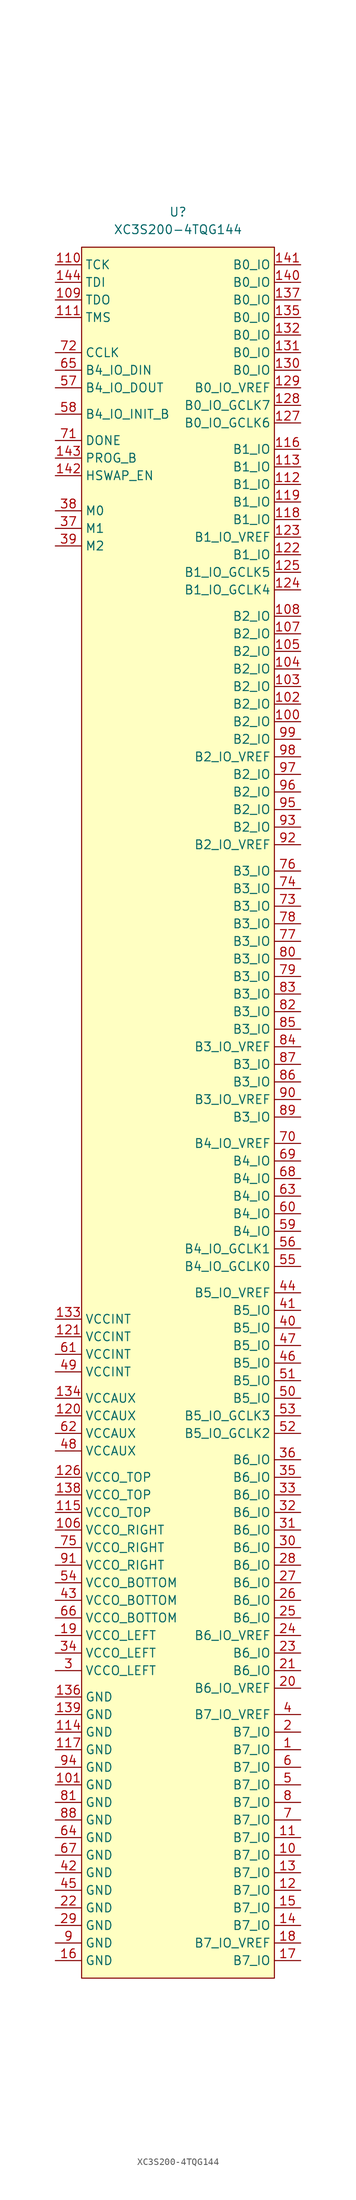
<source format=kicad_sym>
(kicad_symbol_lib
  (version 20211014)
  (generator kicad_symbol_editor)
  (symbol "XC3S200-4TQG144"
    (property "Reference" "U"
      (at 0 130.81 0)
      (effects (font (size 1.27 1.27))))
    (property "Value" "XC3S200-4TQG144"
      (at 0 128.27 0)
      (effects (font (size 1.27 1.27))))
    (symbol "XC3S200-4TQG144_0_1"
      (rectangle (start -13.97 125.73) (end 13.97 -124.46) (stroke (width 0) (type default) (color 0 0 0 0)) (fill (type background))))
    (symbol "XC3S200-4TQG144_1_1"
      (pin passive line (at 17.78 -91.44 180) (length 3.81) (name "B7_IO" (effects (font (size 1.27 1.27)))) (number "1" (effects (font (size 1.27 1.27)))))
      (pin passive line (at 17.78 -106.68 180) (length 3.81) (name "B7_IO" (effects (font (size 1.27 1.27)))) (number "10" (effects (font (size 1.27 1.27)))))
      (pin passive line (at 17.78 57.15 180) (length 3.81) (name "B2_IO" (effects (font (size 1.27 1.27)))) (number "100" (effects (font (size 1.27 1.27)))))
      (pin power_in line (at -17.78 -96.52 0) (length 3.81) (name "GND" (effects (font (size 1.27 1.27)))) (number "101" (effects (font (size 1.27 1.27)))))
      (pin passive line (at 17.78 59.69 180) (length 3.81) (name "B2_IO" (effects (font (size 1.27 1.27)))) (number "102" (effects (font (size 1.27 1.27)))))
      (pin passive line (at 17.78 62.23 180) (length 3.81) (name "B2_IO" (effects (font (size 1.27 1.27)))) (number "103" (effects (font (size 1.27 1.27)))))
      (pin passive line (at 17.78 64.77 180) (length 3.81) (name "B2_IO" (effects (font (size 1.27 1.27)))) (number "104" (effects (font (size 1.27 1.27)))))
      (pin passive line (at 17.78 67.31 180) (length 3.81) (name "B2_IO" (effects (font (size 1.27 1.27)))) (number "105" (effects (font (size 1.27 1.27)))))
      (pin power_in line (at -17.78 -59.69 0) (length 3.81) (name "VCCO_RIGHT" (effects (font (size 1.27 1.27)))) (number "106" (effects (font (size 1.27 1.27)))))
      (pin passive line (at 17.78 69.85 180) (length 3.81) (name "B2_IO" (effects (font (size 1.27 1.27)))) (number "107" (effects (font (size 1.27 1.27)))))
      (pin passive line (at 17.78 72.39 180) (length 3.81) (name "B2_IO" (effects (font (size 1.27 1.27)))) (number "108" (effects (font (size 1.27 1.27)))))
      (pin output line (at -17.78 118.11 0) (length 3.81) (name "TDO" (effects (font (size 1.27 1.27)))) (number "109" (effects (font (size 1.27 1.27)))))
      (pin passive line (at 17.78 -104.14 180) (length 3.81) (name "B7_IO" (effects (font (size 1.27 1.27)))) (number "11" (effects (font (size 1.27 1.27)))))
      (pin input line (at -17.78 123.19 0) (length 3.81) (name "TCK" (effects (font (size 1.27 1.27)))) (number "110" (effects (font (size 1.27 1.27)))))
      (pin input line (at -17.78 115.57 0) (length 3.81) (name "TMS" (effects (font (size 1.27 1.27)))) (number "111" (effects (font (size 1.27 1.27)))))
      (pin passive line (at 17.78 91.44 180) (length 3.81) (name "B1_IO" (effects (font (size 1.27 1.27)))) (number "112" (effects (font (size 1.27 1.27)))))
      (pin passive line (at 17.78 93.98 180) (length 3.81) (name "B1_IO" (effects (font (size 1.27 1.27)))) (number "113" (effects (font (size 1.27 1.27)))))
      (pin power_in line (at -17.78 -88.9 0) (length 3.81) (name "GND" (effects (font (size 1.27 1.27)))) (number "114" (effects (font (size 1.27 1.27)))))
      (pin power_in line (at -17.78 -57.15 0) (length 3.81) (name "VCCO_TOP" (effects (font (size 1.27 1.27)))) (number "115" (effects (font (size 1.27 1.27)))))
      (pin passive line (at 17.78 96.52 180) (length 3.81) (name "B1_IO" (effects (font (size 1.27 1.27)))) (number "116" (effects (font (size 1.27 1.27)))))
      (pin power_in line (at -17.78 -91.44 0) (length 3.81) (name "GND" (effects (font (size 1.27 1.27)))) (number "117" (effects (font (size 1.27 1.27)))))
      (pin passive line (at 17.78 86.36 180) (length 3.81) (name "B1_IO" (effects (font (size 1.27 1.27)))) (number "118" (effects (font (size 1.27 1.27)))))
      (pin passive line (at 17.78 88.9 180) (length 3.81) (name "B1_IO" (effects (font (size 1.27 1.27)))) (number "119" (effects (font (size 1.27 1.27)))))
      (pin passive line (at 17.78 -111.76 180) (length 3.81) (name "B7_IO" (effects (font (size 1.27 1.27)))) (number "12" (effects (font (size 1.27 1.27)))))
      (pin power_in line (at -17.78 -43.18 0) (length 3.81) (name "VCCAUX" (effects (font (size 1.27 1.27)))) (number "120" (effects (font (size 1.27 1.27)))))
      (pin power_in line (at -17.78 -31.75 0) (length 3.81) (name "VCCINT" (effects (font (size 1.27 1.27)))) (number "121" (effects (font (size 1.27 1.27)))))
      (pin passive line (at 17.78 81.28 180) (length 3.81) (name "B1_IO" (effects (font (size 1.27 1.27)))) (number "122" (effects (font (size 1.27 1.27)))))
      (pin passive line (at 17.78 83.82 180) (length 3.81) (name "B1_IO_VREF" (effects (font (size 1.27 1.27)))) (number "123" (effects (font (size 1.27 1.27)))))
      (pin passive line (at 17.78 76.2 180) (length 3.81) (name "B1_IO_GCLK4" (effects (font (size 1.27 1.27)))) (number "124" (effects (font (size 1.27 1.27)))))
      (pin passive line (at 17.78 78.74 180) (length 3.81) (name "B1_IO_GCLK5" (effects (font (size 1.27 1.27)))) (number "125" (effects (font (size 1.27 1.27)))))
      (pin power_in line (at -17.78 -52.07 0) (length 3.81) (name "VCCO_TOP" (effects (font (size 1.27 1.27)))) (number "126" (effects (font (size 1.27 1.27)))))
      (pin passive line (at 17.78 100.33 180) (length 3.81) (name "B0_IO_GCLK6" (effects (font (size 1.27 1.27)))) (number "127" (effects (font (size 1.27 1.27)))))
      (pin passive line (at 17.78 102.87 180) (length 3.81) (name "B0_IO_GCLK7" (effects (font (size 1.27 1.27)))) (number "128" (effects (font (size 1.27 1.27)))))
      (pin passive line (at 17.78 105.41 180) (length 3.81) (name "B0_IO_VREF" (effects (font (size 1.27 1.27)))) (number "129" (effects (font (size 1.27 1.27)))))
      (pin passive line (at 17.78 -109.22 180) (length 3.81) (name "B7_IO" (effects (font (size 1.27 1.27)))) (number "13" (effects (font (size 1.27 1.27)))))
      (pin passive line (at 17.78 107.95 180) (length 3.81) (name "B0_IO" (effects (font (size 1.27 1.27)))) (number "130" (effects (font (size 1.27 1.27)))))
      (pin passive line (at 17.78 110.49 180) (length 3.81) (name "B0_IO" (effects (font (size 1.27 1.27)))) (number "131" (effects (font (size 1.27 1.27)))))
      (pin passive line (at 17.78 113.03 180) (length 3.81) (name "B0_IO" (effects (font (size 1.27 1.27)))) (number "132" (effects (font (size 1.27 1.27)))))
      (pin power_in line (at -17.78 -29.21 0) (length 3.81) (name "VCCINT" (effects (font (size 1.27 1.27)))) (number "133" (effects (font (size 1.27 1.27)))))
      (pin power_in line (at -17.78 -40.64 0) (length 3.81) (name "VCCAUX" (effects (font (size 1.27 1.27)))) (number "134" (effects (font (size 1.27 1.27)))))
      (pin passive line (at 17.78 115.57 180) (length 3.81) (name "B0_IO" (effects (font (size 1.27 1.27)))) (number "135" (effects (font (size 1.27 1.27)))))
      (pin power_in line (at -17.78 -83.82 0) (length 3.81) (name "GND" (effects (font (size 1.27 1.27)))) (number "136" (effects (font (size 1.27 1.27)))))
      (pin passive line (at 17.78 118.11 180) (length 3.81) (name "B0_IO" (effects (font (size 1.27 1.27)))) (number "137" (effects (font (size 1.27 1.27)))))
      (pin power_in line (at -17.78 -54.61 0) (length 3.81) (name "VCCO_TOP" (effects (font (size 1.27 1.27)))) (number "138" (effects (font (size 1.27 1.27)))))
      (pin power_in line (at -17.78 -86.36 0) (length 3.81) (name "GND" (effects (font (size 1.27 1.27)))) (number "139" (effects (font (size 1.27 1.27)))))
      (pin passive line (at 17.78 -116.84 180) (length 3.81) (name "B7_IO" (effects (font (size 1.27 1.27)))) (number "14" (effects (font (size 1.27 1.27)))))
      (pin passive line (at 17.78 120.65 180) (length 3.81) (name "B0_IO" (effects (font (size 1.27 1.27)))) (number "140" (effects (font (size 1.27 1.27)))))
      (pin passive line (at 17.78 123.19 180) (length 3.81) (name "B0_IO" (effects (font (size 1.27 1.27)))) (number "141" (effects (font (size 1.27 1.27)))))
      (pin input line (at -17.78 92.71 0) (length 3.81) (name "HSWAP_EN" (effects (font (size 1.27 1.27)))) (number "142" (effects (font (size 1.27 1.27)))))
      (pin input line (at -17.78 95.25 0) (length 3.81) (name "PROG_B" (effects (font (size 1.27 1.27)))) (number "143" (effects (font (size 1.27 1.27)))))
      (pin input line (at -17.78 120.65 0) (length 3.81) (name "TDI" (effects (font (size 1.27 1.27)))) (number "144" (effects (font (size 1.27 1.27)))))
      (pin passive line (at 17.78 -114.3 180) (length 3.81) (name "B7_IO" (effects (font (size 1.27 1.27)))) (number "15" (effects (font (size 1.27 1.27)))))
      (pin power_in line (at -17.78 -121.92 0) (length 3.81) (name "GND" (effects (font (size 1.27 1.27)))) (number "16" (effects (font (size 1.27 1.27)))))
      (pin passive line (at 17.78 -121.92 180) (length 3.81) (name "B7_IO" (effects (font (size 1.27 1.27)))) (number "17" (effects (font (size 1.27 1.27)))))
      (pin passive line (at 17.78 -119.38 180) (length 3.81) (name "B7_IO_VREF" (effects (font (size 1.27 1.27)))) (number "18" (effects (font (size 1.27 1.27)))))
      (pin power_in line (at -17.78 -74.93 0) (length 3.81) (name "VCCO_LEFT" (effects (font (size 1.27 1.27)))) (number "19" (effects (font (size 1.27 1.27)))))
      (pin passive line (at 17.78 -88.9 180) (length 3.81) (name "B7_IO" (effects (font (size 1.27 1.27)))) (number "2" (effects (font (size 1.27 1.27)))))
      (pin passive line (at 17.78 -82.55 180) (length 3.81) (name "B6_IO_VREF" (effects (font (size 1.27 1.27)))) (number "20" (effects (font (size 1.27 1.27)))))
      (pin passive line (at 17.78 -80.01 180) (length 3.81) (name "B6_IO" (effects (font (size 1.27 1.27)))) (number "21" (effects (font (size 1.27 1.27)))))
      (pin power_in line (at -17.78 -114.3 0) (length 3.81) (name "GND" (effects (font (size 1.27 1.27)))) (number "22" (effects (font (size 1.27 1.27)))))
      (pin passive line (at 17.78 -77.47 180) (length 3.81) (name "B6_IO" (effects (font (size 1.27 1.27)))) (number "23" (effects (font (size 1.27 1.27)))))
      (pin passive line (at 17.78 -74.93 180) (length 3.81) (name "B6_IO_VREF" (effects (font (size 1.27 1.27)))) (number "24" (effects (font (size 1.27 1.27)))))
      (pin passive line (at 17.78 -72.39 180) (length 3.81) (name "B6_IO" (effects (font (size 1.27 1.27)))) (number "25" (effects (font (size 1.27 1.27)))))
      (pin passive line (at 17.78 -69.85 180) (length 3.81) (name "B6_IO" (effects (font (size 1.27 1.27)))) (number "26" (effects (font (size 1.27 1.27)))))
      (pin passive line (at 17.78 -67.31 180) (length 3.81) (name "B6_IO" (effects (font (size 1.27 1.27)))) (number "27" (effects (font (size 1.27 1.27)))))
      (pin passive line (at 17.78 -64.77 180) (length 3.81) (name "B6_IO" (effects (font (size 1.27 1.27)))) (number "28" (effects (font (size 1.27 1.27)))))
      (pin power_in line (at -17.78 -116.84 0) (length 3.81) (name "GND" (effects (font (size 1.27 1.27)))) (number "29" (effects (font (size 1.27 1.27)))))
      (pin power_in line (at -17.78 -80.01 0) (length 3.81) (name "VCCO_LEFT" (effects (font (size 1.27 1.27)))) (number "3" (effects (font (size 1.27 1.27)))))
      (pin passive line (at 17.78 -62.23 180) (length 3.81) (name "B6_IO" (effects (font (size 1.27 1.27)))) (number "30" (effects (font (size 1.27 1.27)))))
      (pin passive line (at 17.78 -59.69 180) (length 3.81) (name "B6_IO" (effects (font (size 1.27 1.27)))) (number "31" (effects (font (size 1.27 1.27)))))
      (pin passive line (at 17.78 -57.15 180) (length 3.81) (name "B6_IO" (effects (font (size 1.27 1.27)))) (number "32" (effects (font (size 1.27 1.27)))))
      (pin passive line (at 17.78 -54.61 180) (length 3.81) (name "B6_IO" (effects (font (size 1.27 1.27)))) (number "33" (effects (font (size 1.27 1.27)))))
      (pin power_in line (at -17.78 -77.47 0) (length 3.81) (name "VCCO_LEFT" (effects (font (size 1.27 1.27)))) (number "34" (effects (font (size 1.27 1.27)))))
      (pin passive line (at 17.78 -52.07 180) (length 3.81) (name "B6_IO" (effects (font (size 1.27 1.27)))) (number "35" (effects (font (size 1.27 1.27)))))
      (pin passive line (at 17.78 -49.53 180) (length 3.81) (name "B6_IO" (effects (font (size 1.27 1.27)))) (number "36" (effects (font (size 1.27 1.27)))))
      (pin input line (at -17.78 85.09 0) (length 3.81) (name "M1" (effects (font (size 1.27 1.27)))) (number "37" (effects (font (size 1.27 1.27)))))
      (pin input line (at -17.78 87.63 0) (length 3.81) (name "M0" (effects (font (size 1.27 1.27)))) (number "38" (effects (font (size 1.27 1.27)))))
      (pin input line (at -17.78 82.55 0) (length 3.81) (name "M2" (effects (font (size 1.27 1.27)))) (number "39" (effects (font (size 1.27 1.27)))))
      (pin passive line (at 17.78 -86.36 180) (length 3.81) (name "B7_IO_VREF" (effects (font (size 1.27 1.27)))) (number "4" (effects (font (size 1.27 1.27)))))
      (pin passive line (at 17.78 -30.48 180) (length 3.81) (name "B5_IO" (effects (font (size 1.27 1.27)))) (number "40" (effects (font (size 1.27 1.27)))))
      (pin passive line (at 17.78 -27.94 180) (length 3.81) (name "B5_IO" (effects (font (size 1.27 1.27)))) (number "41" (effects (font (size 1.27 1.27)))))
      (pin power_in line (at -17.78 -109.22 0) (length 3.81) (name "GND" (effects (font (size 1.27 1.27)))) (number "42" (effects (font (size 1.27 1.27)))))
      (pin power_in line (at -17.78 -69.85 0) (length 3.81) (name "VCCO_BOTTOM" (effects (font (size 1.27 1.27)))) (number "43" (effects (font (size 1.27 1.27)))))
      (pin passive line (at 17.78 -25.4 180) (length 3.81) (name "B5_IO_VREF" (effects (font (size 1.27 1.27)))) (number "44" (effects (font (size 1.27 1.27)))))
      (pin power_in line (at -17.78 -111.76 0) (length 3.81) (name "GND" (effects (font (size 1.27 1.27)))) (number "45" (effects (font (size 1.27 1.27)))))
      (pin passive line (at 17.78 -35.56 180) (length 3.81) (name "B5_IO" (effects (font (size 1.27 1.27)))) (number "46" (effects (font (size 1.27 1.27)))))
      (pin passive line (at 17.78 -33.02 180) (length 3.81) (name "B5_IO" (effects (font (size 1.27 1.27)))) (number "47" (effects (font (size 1.27 1.27)))))
      (pin power_in line (at -17.78 -48.26 0) (length 3.81) (name "VCCAUX" (effects (font (size 1.27 1.27)))) (number "48" (effects (font (size 1.27 1.27)))))
      (pin power_in line (at -17.78 -36.83 0) (length 3.81) (name "VCCINT" (effects (font (size 1.27 1.27)))) (number "49" (effects (font (size 1.27 1.27)))))
      (pin passive line (at 17.78 -96.52 180) (length 3.81) (name "B7_IO" (effects (font (size 1.27 1.27)))) (number "5" (effects (font (size 1.27 1.27)))))
      (pin passive line (at 17.78 -40.64 180) (length 3.81) (name "B5_IO" (effects (font (size 1.27 1.27)))) (number "50" (effects (font (size 1.27 1.27)))))
      (pin passive line (at 17.78 -38.1 180) (length 3.81) (name "B5_IO" (effects (font (size 1.27 1.27)))) (number "51" (effects (font (size 1.27 1.27)))))
      (pin passive line (at 17.78 -45.72 180) (length 3.81) (name "B5_IO_GCLK2" (effects (font (size 1.27 1.27)))) (number "52" (effects (font (size 1.27 1.27)))))
      (pin passive line (at 17.78 -43.18 180) (length 3.81) (name "B5_IO_GCLK3" (effects (font (size 1.27 1.27)))) (number "53" (effects (font (size 1.27 1.27)))))
      (pin power_in line (at -17.78 -67.31 0) (length 3.81) (name "VCCO_BOTTOM" (effects (font (size 1.27 1.27)))) (number "54" (effects (font (size 1.27 1.27)))))
      (pin passive line (at 17.78 -21.59 180) (length 3.81) (name "B4_IO_GCLK0" (effects (font (size 1.27 1.27)))) (number "55" (effects (font (size 1.27 1.27)))))
      (pin passive line (at 17.78 -19.05 180) (length 3.81) (name "B4_IO_GCLK1" (effects (font (size 1.27 1.27)))) (number "56" (effects (font (size 1.27 1.27)))))
      (pin passive line (at -17.78 105.41 0) (length 3.81) (name "B4_IO_DOUT" (effects (font (size 1.27 1.27)))) (number "57" (effects (font (size 1.27 1.27)))))
      (pin passive line (at -17.78 101.6 0) (length 3.81) (name "B4_IO_INIT_B" (effects (font (size 1.27 1.27)))) (number "58" (effects (font (size 1.27 1.27)))))
      (pin passive line (at 17.78 -16.51 180) (length 3.81) (name "B4_IO" (effects (font (size 1.27 1.27)))) (number "59" (effects (font (size 1.27 1.27)))))
      (pin passive line (at 17.78 -93.98 180) (length 3.81) (name "B7_IO" (effects (font (size 1.27 1.27)))) (number "6" (effects (font (size 1.27 1.27)))))
      (pin passive line (at 17.78 -13.97 180) (length 3.81) (name "B4_IO" (effects (font (size 1.27 1.27)))) (number "60" (effects (font (size 1.27 1.27)))))
      (pin power_in line (at -17.78 -34.29 0) (length 3.81) (name "VCCINT" (effects (font (size 1.27 1.27)))) (number "61" (effects (font (size 1.27 1.27)))))
      (pin power_in line (at -17.78 -45.72 0) (length 3.81) (name "VCCAUX" (effects (font (size 1.27 1.27)))) (number "62" (effects (font (size 1.27 1.27)))))
      (pin passive line (at 17.78 -11.43 180) (length 3.81) (name "B4_IO" (effects (font (size 1.27 1.27)))) (number "63" (effects (font (size 1.27 1.27)))))
      (pin power_in line (at -17.78 -104.14 0) (length 3.81) (name "GND" (effects (font (size 1.27 1.27)))) (number "64" (effects (font (size 1.27 1.27)))))
      (pin passive line (at -17.78 107.95 0) (length 3.81) (name "B4_IO_DIN" (effects (font (size 1.27 1.27)))) (number "65" (effects (font (size 1.27 1.27)))))
      (pin power_in line (at -17.78 -72.39 0) (length 3.81) (name "VCCO_BOTTOM" (effects (font (size 1.27 1.27)))) (number "66" (effects (font (size 1.27 1.27)))))
      (pin power_in line (at -17.78 -106.68 0) (length 3.81) (name "GND" (effects (font (size 1.27 1.27)))) (number "67" (effects (font (size 1.27 1.27)))))
      (pin passive line (at 17.78 -8.89 180) (length 3.81) (name "B4_IO" (effects (font (size 1.27 1.27)))) (number "68" (effects (font (size 1.27 1.27)))))
      (pin passive line (at 17.78 -6.35 180) (length 3.81) (name "B4_IO" (effects (font (size 1.27 1.27)))) (number "69" (effects (font (size 1.27 1.27)))))
      (pin passive line (at 17.78 -101.6 180) (length 3.81) (name "B7_IO" (effects (font (size 1.27 1.27)))) (number "7" (effects (font (size 1.27 1.27)))))
      (pin passive line (at 17.78 -3.81 180) (length 3.81) (name "B4_IO_VREF" (effects (font (size 1.27 1.27)))) (number "70" (effects (font (size 1.27 1.27)))))
      (pin output line (at -17.78 97.79 0) (length 3.81) (name "DONE" (effects (font (size 1.27 1.27)))) (number "71" (effects (font (size 1.27 1.27)))))
      (pin input line (at -17.78 110.49 0) (length 3.81) (name "CCLK" (effects (font (size 1.27 1.27)))) (number "72" (effects (font (size 1.27 1.27)))))
      (pin passive line (at 17.78 30.48 180) (length 3.81) (name "B3_IO" (effects (font (size 1.27 1.27)))) (number "73" (effects (font (size 1.27 1.27)))))
      (pin passive line (at 17.78 33.02 180) (length 3.81) (name "B3_IO" (effects (font (size 1.27 1.27)))) (number "74" (effects (font (size 1.27 1.27)))))
      (pin power_in line (at -17.78 -62.23 0) (length 3.81) (name "VCCO_RIGHT" (effects (font (size 1.27 1.27)))) (number "75" (effects (font (size 1.27 1.27)))))
      (pin passive line (at 17.78 35.56 180) (length 3.81) (name "B3_IO" (effects (font (size 1.27 1.27)))) (number "76" (effects (font (size 1.27 1.27)))))
      (pin passive line (at 17.78 25.4 180) (length 3.81) (name "B3_IO" (effects (font (size 1.27 1.27)))) (number "77" (effects (font (size 1.27 1.27)))))
      (pin passive line (at 17.78 27.94 180) (length 3.81) (name "B3_IO" (effects (font (size 1.27 1.27)))) (number "78" (effects (font (size 1.27 1.27)))))
      (pin passive line (at 17.78 20.32 180) (length 3.81) (name "B3_IO" (effects (font (size 1.27 1.27)))) (number "79" (effects (font (size 1.27 1.27)))))
      (pin passive line (at 17.78 -99.06 180) (length 3.81) (name "B7_IO" (effects (font (size 1.27 1.27)))) (number "8" (effects (font (size 1.27 1.27)))))
      (pin passive line (at 17.78 22.86 180) (length 3.81) (name "B3_IO" (effects (font (size 1.27 1.27)))) (number "80" (effects (font (size 1.27 1.27)))))
      (pin power_in line (at -17.78 -99.06 0) (length 3.81) (name "GND" (effects (font (size 1.27 1.27)))) (number "81" (effects (font (size 1.27 1.27)))))
      (pin passive line (at 17.78 15.24 180) (length 3.81) (name "B3_IO" (effects (font (size 1.27 1.27)))) (number "82" (effects (font (size 1.27 1.27)))))
      (pin passive line (at 17.78 17.78 180) (length 3.81) (name "B3_IO" (effects (font (size 1.27 1.27)))) (number "83" (effects (font (size 1.27 1.27)))))
      (pin passive line (at 17.78 10.16 180) (length 3.81) (name "B3_IO_VREF" (effects (font (size 1.27 1.27)))) (number "84" (effects (font (size 1.27 1.27)))))
      (pin passive line (at 17.78 12.7 180) (length 3.81) (name "B3_IO" (effects (font (size 1.27 1.27)))) (number "85" (effects (font (size 1.27 1.27)))))
      (pin passive line (at 17.78 5.08 180) (length 3.81) (name "B3_IO" (effects (font (size 1.27 1.27)))) (number "86" (effects (font (size 1.27 1.27)))))
      (pin passive line (at 17.78 7.62 180) (length 3.81) (name "B3_IO" (effects (font (size 1.27 1.27)))) (number "87" (effects (font (size 1.27 1.27)))))
      (pin power_in line (at -17.78 -101.6 0) (length 3.81) (name "GND" (effects (font (size 1.27 1.27)))) (number "88" (effects (font (size 1.27 1.27)))))
      (pin passive line (at 17.78 0 180) (length 3.81) (name "B3_IO" (effects (font (size 1.27 1.27)))) (number "89" (effects (font (size 1.27 1.27)))))
      (pin power_in line (at -17.78 -119.38 0) (length 3.81) (name "GND" (effects (font (size 1.27 1.27)))) (number "9" (effects (font (size 1.27 1.27)))))
      (pin passive line (at 17.78 2.54 180) (length 3.81) (name "B3_IO_VREF" (effects (font (size 1.27 1.27)))) (number "90" (effects (font (size 1.27 1.27)))))
      (pin power_in line (at -17.78 -64.77 0) (length 3.81) (name "VCCO_RIGHT" (effects (font (size 1.27 1.27)))) (number "91" (effects (font (size 1.27 1.27)))))
      (pin passive line (at 17.78 39.37 180) (length 3.81) (name "B2_IO_VREF" (effects (font (size 1.27 1.27)))) (number "92" (effects (font (size 1.27 1.27)))))
      (pin passive line (at 17.78 41.91 180) (length 3.81) (name "B2_IO" (effects (font (size 1.27 1.27)))) (number "93" (effects (font (size 1.27 1.27)))))
      (pin power_in line (at -17.78 -93.98 0) (length 3.81) (name "GND" (effects (font (size 1.27 1.27)))) (number "94" (effects (font (size 1.27 1.27)))))
      (pin passive line (at 17.78 44.45 180) (length 3.81) (name "B2_IO" (effects (font (size 1.27 1.27)))) (number "95" (effects (font (size 1.27 1.27)))))
      (pin passive line (at 17.78 46.99 180) (length 3.81) (name "B2_IO" (effects (font (size 1.27 1.27)))) (number "96" (effects (font (size 1.27 1.27)))))
      (pin passive line (at 17.78 49.53 180) (length 3.81) (name "B2_IO" (effects (font (size 1.27 1.27)))) (number "97" (effects (font (size 1.27 1.27)))))
      (pin passive line (at 17.78 52.07 180) (length 3.81) (name "B2_IO_VREF" (effects (font (size 1.27 1.27)))) (number "98" (effects (font (size 1.27 1.27)))))
      (pin passive line (at 17.78 54.61 180) (length 3.81) (name "B2_IO" (effects (font (size 1.27 1.27)))) (number "99" (effects (font (size 1.27 1.27))))))))
</source>
